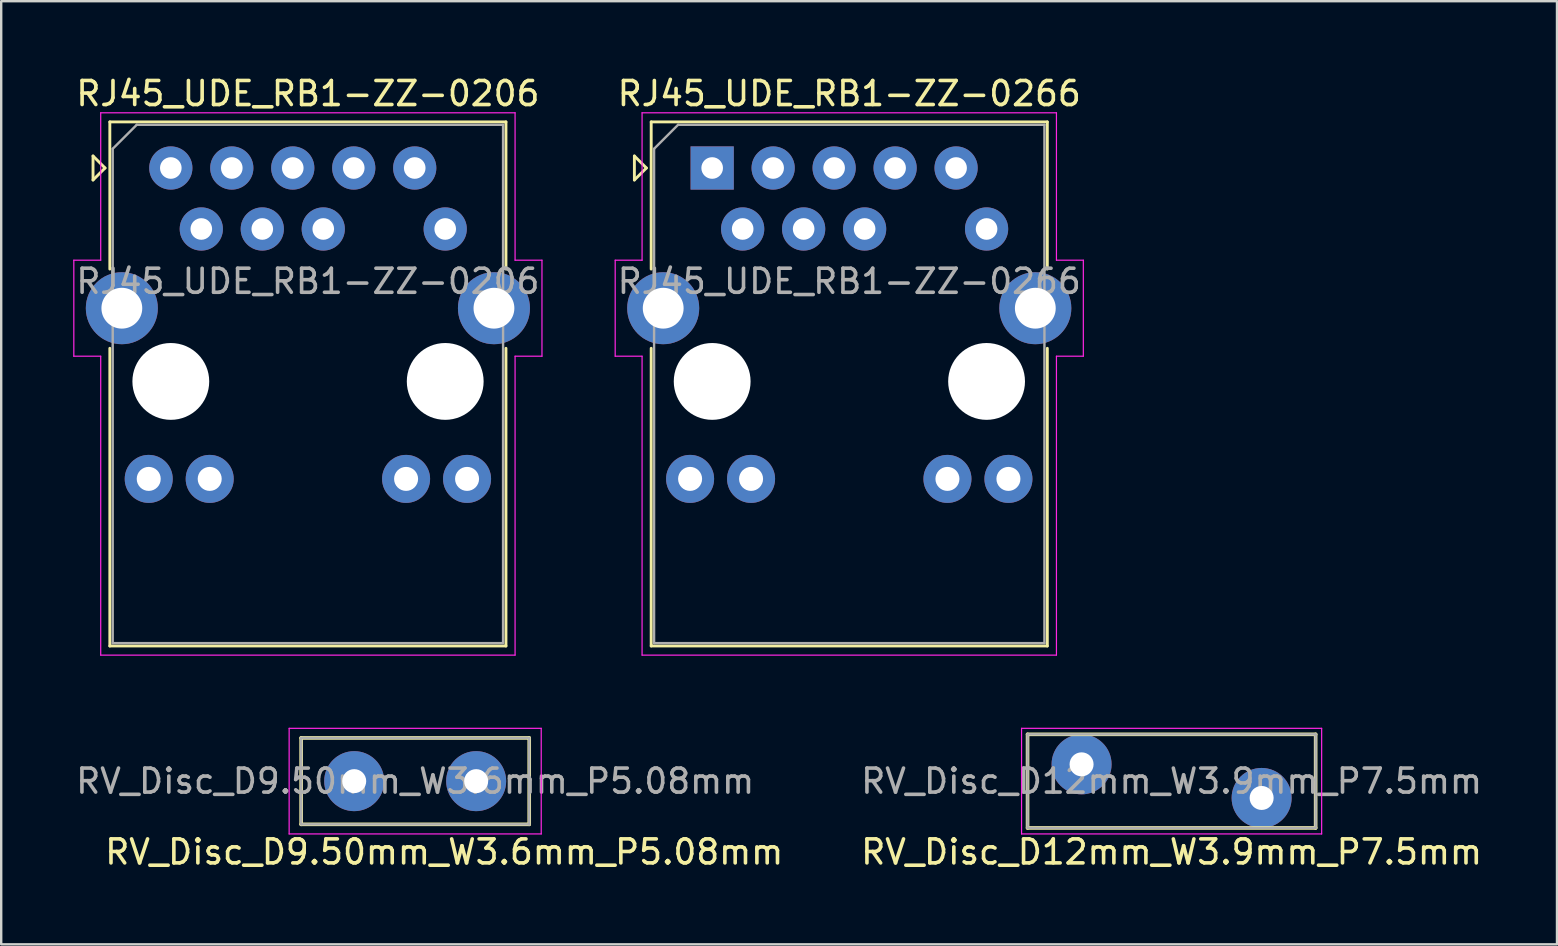
<source format=kicad_pcb>
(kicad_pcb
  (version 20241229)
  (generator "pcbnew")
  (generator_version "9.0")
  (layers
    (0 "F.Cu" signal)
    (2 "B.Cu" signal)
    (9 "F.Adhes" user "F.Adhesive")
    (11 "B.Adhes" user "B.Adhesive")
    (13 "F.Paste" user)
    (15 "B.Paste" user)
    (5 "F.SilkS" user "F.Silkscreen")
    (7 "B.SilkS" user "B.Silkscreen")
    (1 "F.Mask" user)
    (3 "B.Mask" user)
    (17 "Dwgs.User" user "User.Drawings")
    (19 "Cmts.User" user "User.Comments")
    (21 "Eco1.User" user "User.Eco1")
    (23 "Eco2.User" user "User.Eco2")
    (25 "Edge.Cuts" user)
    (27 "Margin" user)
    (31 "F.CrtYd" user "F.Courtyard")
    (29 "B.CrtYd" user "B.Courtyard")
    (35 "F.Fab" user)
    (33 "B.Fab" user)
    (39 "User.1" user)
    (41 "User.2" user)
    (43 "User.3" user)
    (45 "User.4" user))
  (footprint "RV_Disc_D12mm_W3.9mm_P7.5mm"
    (layer "F.Cu")
    (at 42.002 28.788)
    (property "Reference" "RV_Disc_D12mm_W3.9mm_P7.5mm" (at 3.75 3.65 0) (layer "F.SilkS") (effects (font (size 1 1) (thickness 0.15))))
    (attr through_hole)
    (fp_line (start -2.25 -1.25) (end -2.25 2.65) (stroke (width 0.15) (type solid)) (layer "F.SilkS"))
    (fp_line (start -2.25 -1.25) (end 9.75 -1.25) (stroke (width 0.15) (type solid)) (layer "F.SilkS"))
    (fp_line (start -2.25 2.65) (end 9.75 2.65) (stroke (width 0.15) (type solid)) (layer "F.SilkS"))
    (fp_line (start 9.75 -1.25) (end 9.75 2.65) (stroke (width 0.15) (type solid)) (layer "F.SilkS"))
    (fp_line (start -2.5 -1.5) (end -2.5 2.9) (stroke (width 0.05) (type solid)) (layer "F.CrtYd"))
    (fp_line (start -2.5 -1.5) (end 10 -1.5) (stroke (width 0.05) (type solid)) (layer "F.CrtYd"))
    (fp_line (start -2.5 2.9) (end 10 2.9) (stroke (width 0.05) (type solid)) (layer "F.CrtYd"))
    (fp_line (start 10 -1.5) (end 10 2.9) (stroke (width 0.05) (type solid)) (layer "F.CrtYd"))
    (fp_line (start -2.25 -1.25) (end -2.25 2.65) (stroke (width 0.1) (type solid)) (layer "F.Fab"))
    (fp_line (start -2.25 -1.25) (end 9.75 -1.25) (stroke (width 0.1) (type solid)) (layer "F.Fab"))
    (fp_line (start -2.25 2.65) (end 9.75 2.65) (stroke (width 0.1) (type solid)) (layer "F.Fab"))
    (fp_line (start 9.75 -1.25) (end 9.75 2.65) (stroke (width 0.1) (type solid)) (layer "F.Fab"))
    (fp_text user "${REFERENCE}" (at 3.75 0.7 0) (layer "F.Fab") (effects (font (size 1 1) (thickness 0.15))))
    (pad "1" thru_hole circle (at 0 0) (size 2.5 2.5) (drill 1) (layers "*.Cu" "*.Mask"))
    (pad "2" thru_hole circle (at 7.5 1.4) (size 2.5 2.5) (drill 1) (layers "*.Cu" "*.Mask")))
  (footprint "RV_Disc_D9.50mm_W3.6mm_P5.08mm"
    (layer "F.Cu")
    (at 11.704 29.488)
    (property "Reference" "RV_Disc_D9.50mm_W3.6mm_P5.08mm" (at 3.75 2.95 0) (layer "F.SilkS") (effects (font (size 1 1) (thickness 0.15))))
    (attr through_hole)
    (fp_line (start -2.21 -1.8) (end -2.21 1.8) (stroke (width 0.15) (type solid)) (layer "F.SilkS"))
    (fp_line (start -2.21 -1.8) (end 7.29 -1.8) (stroke (width 0.15) (type solid)) (layer "F.SilkS"))
    (fp_line (start -2.21 1.8) (end 7.29 1.8) (stroke (width 0.15) (type solid)) (layer "F.SilkS"))
    (fp_line (start 7.29 -1.8) (end 7.29 1.8) (stroke (width 0.15) (type solid)) (layer "F.SilkS"))
    (fp_line (start -2.71 -2.2) (end -2.71 2.2) (stroke (width 0.05) (type solid)) (layer "F.CrtYd"))
    (fp_line (start -2.71 -2.2) (end 7.79 -2.2) (stroke (width 0.05) (type solid)) (layer "F.CrtYd"))
    (fp_line (start -2.71 2.2) (end 7.79 2.2) (stroke (width 0.05) (type solid)) (layer "F.CrtYd"))
    (fp_line (start 7.79 -2.2) (end 7.79 2.2) (stroke (width 0.05) (type solid)) (layer "F.CrtYd"))
    (fp_line (start -2.21 -1.8) (end -2.21 1.8) (stroke (width 0.1) (type solid)) (layer "F.Fab"))
    (fp_line (start -2.21 -1.8) (end 7.29 -1.8) (stroke (width 0.1) (type solid)) (layer "F.Fab"))
    (fp_line (start -2.21 1.8) (end 7.29 1.8) (stroke (width 0.1) (type solid)) (layer "F.Fab"))
    (fp_line (start 7.29 -1.8) (end 7.29 1.8) (stroke (width 0.1) (type solid)) (layer "F.Fab"))
    (fp_text user "${REFERENCE}" (at 2.54 0 0) (layer "F.Fab") (effects (font (size 1 1) (thickness 0.15))))
    (pad "1" thru_hole circle (at 0 0) (size 2.5 2.5) (drill 1) (layers "*.Cu" "*.Mask"))
    (pad "2" thru_hole circle (at 5.08 0) (size 2.5 2.5) (drill 1) (layers "*.Cu" "*.Mask")))
  (footprint "RJ45_UDE_RB1-ZZ-0266"
    (layer "F.Cu")
    (at 26.615 3.948)
    (property "Reference" "RJ45_UDE_RB1-ZZ-0266" (at 5.71 -3.1 0) (layer "F.SilkS") (effects (font (size 1 1) (thickness 0.15))))
    (attr through_hole)
    (fp_line (start -3.24 -0.5) (end -3.24 0.5) (stroke (width 0.12) (type solid)) (layer "F.SilkS"))
    (fp_line (start -3.24 0.5) (end -2.74 0) (stroke (width 0.12) (type solid)) (layer "F.SilkS"))
    (fp_line (start -2.74 0) (end -3.24 -0.5) (stroke (width 0.12) (type solid)) (layer "F.SilkS"))
    (fp_line (start -2.54 -1.92) (end -2.54 4.21) (stroke (width 0.12) (type solid)) (layer "F.SilkS"))
    (fp_line (start -2.54 -1.92) (end 13.96 -1.92) (stroke (width 0.12) (type solid)) (layer "F.SilkS"))
    (fp_line (start -2.54 7.51) (end -2.54 19.91) (stroke (width 0.12) (type solid)) (layer "F.SilkS"))
    (fp_line (start -2.54 19.91) (end 13.96 19.91) (stroke (width 0.12) (type solid)) (layer "F.SilkS"))
    (fp_line (start 13.96 -1.92) (end 13.96 4.21) (stroke (width 0.12) (type solid)) (layer "F.SilkS"))
    (fp_line (start 13.96 7.51) (end 13.96 19.91) (stroke (width 0.12) (type solid)) (layer "F.SilkS"))
    (fp_line (start -4.04 3.84) (end -4.04 7.84) (stroke (width 0.05) (type solid)) (layer "F.CrtYd"))
    (fp_line (start -4.04 7.84) (end -2.92 7.84) (stroke (width 0.05) (type solid)) (layer "F.CrtYd"))
    (fp_line (start -2.92 -2.3) (end -2.92 3.84) (stroke (width 0.05) (type solid)) (layer "F.CrtYd"))
    (fp_line (start -2.92 -2.3) (end 14.34 -2.3) (stroke (width 0.05) (type solid)) (layer "F.CrtYd"))
    (fp_line (start -2.92 3.84) (end -4.04 3.84) (stroke (width 0.05) (type solid)) (layer "F.CrtYd"))
    (fp_line (start -2.92 7.84) (end -2.92 20.29) (stroke (width 0.05) (type solid)) (layer "F.CrtYd"))
    (fp_line (start -2.92 20.29) (end 14.34 20.29) (stroke (width 0.05) (type solid)) (layer "F.CrtYd"))
    (fp_line (start 14.34 -2.3) (end 14.34 3.84) (stroke (width 0.05) (type solid)) (layer "F.CrtYd"))
    (fp_line (start 14.34 7.84) (end 14.34 20.29) (stroke (width 0.05) (type solid)) (layer "F.CrtYd"))
    (fp_line (start 14.34 7.84) (end 15.46 7.84) (stroke (width 0.05) (type solid)) (layer "F.CrtYd"))
    (fp_line (start 15.46 3.84) (end 14.34 3.84) (stroke (width 0.05) (type solid)) (layer "F.CrtYd"))
    (fp_line (start 15.46 3.84) (end 15.46 7.84) (stroke (width 0.05) (type solid)) (layer "F.CrtYd"))
    (fp_line (start -2.42 -0.8) (end -1.42 -1.8) (stroke (width 0.1) (type solid)) (layer "F.Fab"))
    (fp_line (start -2.42 19.79) (end -2.42 -0.8) (stroke (width 0.1) (type solid)) (layer "F.Fab"))
    (fp_line (start -1.42 -1.8) (end 13.84 -1.8) (stroke (width 0.1) (type solid)) (layer "F.Fab"))
    (fp_line (start 13.84 -1.8) (end 13.84 19.79) (stroke (width 0.1) (type solid)) (layer "F.Fab"))
    (fp_line (start 13.84 19.79) (end -2.42 19.79) (stroke (width 0.1) (type solid)) (layer "F.Fab"))
    (fp_text user "${REFERENCE}" (at 5.71 4.72 0) (layer "F.Fab") (effects (font (size 1 1) (thickness 0.15))))
    (pad "" np_thru_hole circle (at 0 8.89) (size 3.2 3.2) (drill 3.2) (layers "*.Cu" "*.Mask"))
    (pad "" np_thru_hole circle (at 11.43 8.89) (size 3.2 3.2) (drill 3.2) (layers "*.Cu" "*.Mask"))
    (pad "1" thru_hole rect (at 0 0) (size 1.8 1.8) (drill 0.9) (layers "*.Cu" "*.Mask"))
    (pad "2" thru_hole circle (at 1.27 2.54) (size 1.8 1.8) (drill 0.9) (layers "*.Cu" "*.Mask"))
    (pad "3" thru_hole circle (at 2.54 0) (size 1.8 1.8) (drill 0.9) (layers "*.Cu" "*.Mask"))
    (pad "4" thru_hole circle (at 3.81 2.54) (size 1.8 1.8) (drill 0.9) (layers "*.Cu" "*.Mask"))
    (pad "5" thru_hole circle (at 5.08 0) (size 1.8 1.8) (drill 0.9) (layers "*.Cu" "*.Mask"))
    (pad "6" thru_hole circle (at 6.35 2.54) (size 1.8 1.8) (drill 0.9) (layers "*.Cu" "*.Mask"))
    (pad "7" thru_hole circle (at 7.62 0) (size 1.8 1.8) (drill 0.9) (layers "*.Cu" "*.Mask"))
    (pad "9" thru_hole circle (at 10.16 0) (size 1.8 1.8) (drill 0.9) (layers "*.Cu" "*.Mask"))
    (pad "10" thru_hole circle (at 11.43 2.54) (size 1.8 1.8) (drill 0.9) (layers "*.Cu" "*.Mask"))
    (pad "11" thru_hole circle (at -0.92 12.95) (size 2 2) (drill 1) (layers "*.Cu" "*.Mask"))
    (pad "12" thru_hole circle (at 1.62 12.95) (size 2 2) (drill 1) (layers "*.Cu" "*.Mask"))
    (pad "13" thru_hole circle (at 9.8 12.95) (size 2 2) (drill 1) (layers "*.Cu" "*.Mask"))
    (pad "14" thru_hole circle (at 12.34 12.95) (size 2 2) (drill 1) (layers "*.Cu" "*.Mask"))
    (pad "15" thru_hole circle (at -2.04 5.84) (size 3 3) (drill 1.7) (layers "*.Cu" "*.Mask"))
    (pad "15" thru_hole circle (at 13.46 5.84) (size 3 3) (drill 1.7) (layers "*.Cu" "*.Mask")))
  (footprint "RJ45_UDE_RB1-ZZ-0206"
    (layer "F.Cu")
    (at 4.065 3.948)
    (property "Reference" "RJ45_UDE_RB1-ZZ-0206" (at 5.71 -3.1 0) (layer "F.SilkS") (effects (font (size 1 1) (thickness 0.15))))
    (attr through_hole)
    (fp_line (start -3.24 -0.5) (end -3.24 0.5) (stroke (width 0.12) (type solid)) (layer "F.SilkS"))
    (fp_line (start -3.24 0.5) (end -2.74 0) (stroke (width 0.12) (type solid)) (layer "F.SilkS"))
    (fp_line (start -2.74 0) (end -3.24 -0.5) (stroke (width 0.12) (type solid)) (layer "F.SilkS"))
    (fp_line (start -2.54 -1.92) (end -2.54 4.21) (stroke (width 0.12) (type solid)) (layer "F.SilkS"))
    (fp_line (start -2.54 -1.92) (end 13.96 -1.92) (stroke (width 0.12) (type solid)) (layer "F.SilkS"))
    (fp_line (start -2.54 7.51) (end -2.54 19.91) (stroke (width 0.12) (type solid)) (layer "F.SilkS"))
    (fp_line (start -2.54 19.91) (end 13.96 19.91) (stroke (width 0.12) (type solid)) (layer "F.SilkS"))
    (fp_line (start 13.96 -1.92) (end 13.96 4.21) (stroke (width 0.12) (type solid)) (layer "F.SilkS"))
    (fp_line (start 13.96 7.51) (end 13.96 19.91) (stroke (width 0.12) (type solid)) (layer "F.SilkS"))
    (fp_line (start -4.04 3.84) (end -4.04 7.84) (stroke (width 0.05) (type solid)) (layer "F.CrtYd"))
    (fp_line (start -4.04 7.84) (end -2.92 7.84) (stroke (width 0.05) (type solid)) (layer "F.CrtYd"))
    (fp_line (start -2.92 -2.3) (end -2.92 3.84) (stroke (width 0.05) (type solid)) (layer "F.CrtYd"))
    (fp_line (start -2.92 -2.3) (end 14.34 -2.3) (stroke (width 0.05) (type solid)) (layer "F.CrtYd"))
    (fp_line (start -2.92 3.84) (end -4.04 3.84) (stroke (width 0.05) (type solid)) (layer "F.CrtYd"))
    (fp_line (start -2.92 7.84) (end -2.92 20.29) (stroke (width 0.05) (type solid)) (layer "F.CrtYd"))
    (fp_line (start -2.92 20.29) (end 14.34 20.29) (stroke (width 0.05) (type solid)) (layer "F.CrtYd"))
    (fp_line (start 14.34 -2.3) (end 14.34 3.84) (stroke (width 0.05) (type solid)) (layer "F.CrtYd"))
    (fp_line (start 14.34 7.84) (end 14.34 20.29) (stroke (width 0.05) (type solid)) (layer "F.CrtYd"))
    (fp_line (start 14.34 7.84) (end 15.46 7.84) (stroke (width 0.05) (type solid)) (layer "F.CrtYd"))
    (fp_line (start 15.46 3.84) (end 14.34 3.84) (stroke (width 0.05) (type solid)) (layer "F.CrtYd"))
    (fp_line (start 15.46 3.84) (end 15.46 7.84) (stroke (width 0.05) (type solid)) (layer "F.CrtYd"))
    (fp_line (start -2.42 -0.8) (end -1.42 -1.8) (stroke (width 0.1) (type solid)) (layer "F.Fab"))
    (fp_line (start -2.42 19.79) (end -2.42 -0.8) (stroke (width 0.1) (type solid)) (layer "F.Fab"))
    (fp_line (start -1.42 -1.8) (end 13.84 -1.8) (stroke (width 0.1) (type solid)) (layer "F.Fab"))
    (fp_line (start 13.84 -1.8) (end 13.84 19.79) (stroke (width 0.1) (type solid)) (layer "F.Fab"))
    (fp_line (start 13.84 19.79) (end -2.42 19.79) (stroke (width 0.1) (type solid)) (layer "F.Fab"))
    (fp_text user "${REFERENCE}" (at 5.71 4.72 0) (layer "F.Fab") (effects (font (size 1 1) (thickness 0.15))))
    (pad "" np_thru_hole circle (at 0 8.89) (size 3.2 3.2) (drill 3.2) (layers "*.Cu" "*.Mask"))
    (pad "" np_thru_hole circle (at 11.43 8.89) (size 3.2 3.2) (drill 3.2) (layers "*.Cu" "*.Mask"))
    (pad "1" thru_hole circle (at 0 0) (size 1.8 1.8) (drill 0.9) (layers "*.Cu" "*.Mask"))
    (pad "2" thru_hole circle (at 1.27 2.54) (size 1.8 1.8) (drill 0.9) (layers "*.Cu" "*.Mask"))
    (pad "3" thru_hole circle (at 2.54 0) (size 1.8 1.8) (drill 0.9) (layers "*.Cu" "*.Mask"))
    (pad "4" thru_hole circle (at 3.81 2.54) (size 1.8 1.8) (drill 0.9) (layers "*.Cu" "*.Mask"))
    (pad "5" thru_hole circle (at 5.08 0) (size 1.8 1.8) (drill 0.9) (layers "*.Cu" "*.Mask"))
    (pad "6" thru_hole circle (at 6.35 2.54) (size 1.8 1.8) (drill 0.9) (layers "*.Cu" "*.Mask"))
    (pad "7" thru_hole circle (at 7.62 0) (size 1.8 1.8) (drill 0.9) (layers "*.Cu" "*.Mask"))
    (pad "9" thru_hole circle (at 10.16 0) (size 1.8 1.8) (drill 0.9) (layers "*.Cu" "*.Mask"))
    (pad "10" thru_hole circle (at 11.43 2.54) (size 1.8 1.8) (drill 0.9) (layers "*.Cu" "*.Mask"))
    (pad "11" thru_hole circle (at 12.34 12.95) (size 2 2) (drill 1) (layers "*.Cu" "*.Mask"))
    (pad "12" thru_hole circle (at 9.8 12.95) (size 2 2) (drill 1) (layers "*.Cu" "*.Mask"))
    (pad "13" thru_hole circle (at 1.62 12.95) (size 2 2) (drill 1) (layers "*.Cu" "*.Mask"))
    (pad "14" thru_hole circle (at -0.92 12.95) (size 2 2) (drill 1) (layers "*.Cu" "*.Mask"))
    (pad "15" thru_hole circle (at -2.04 5.84) (size 3 3) (drill 1.7) (layers "*.Cu" "*.Mask"))
    (pad "15" thru_hole circle (at 13.46 5.84) (size 3 3) (drill 1.7) (layers "*.Cu" "*.Mask")))
  (gr_rect
    (start -3 -3)
    (end 61.805 36.286)
    (stroke (width 0.1) (type default))
    (fill no)
    (layer "Edge.Cuts")))
</source>
